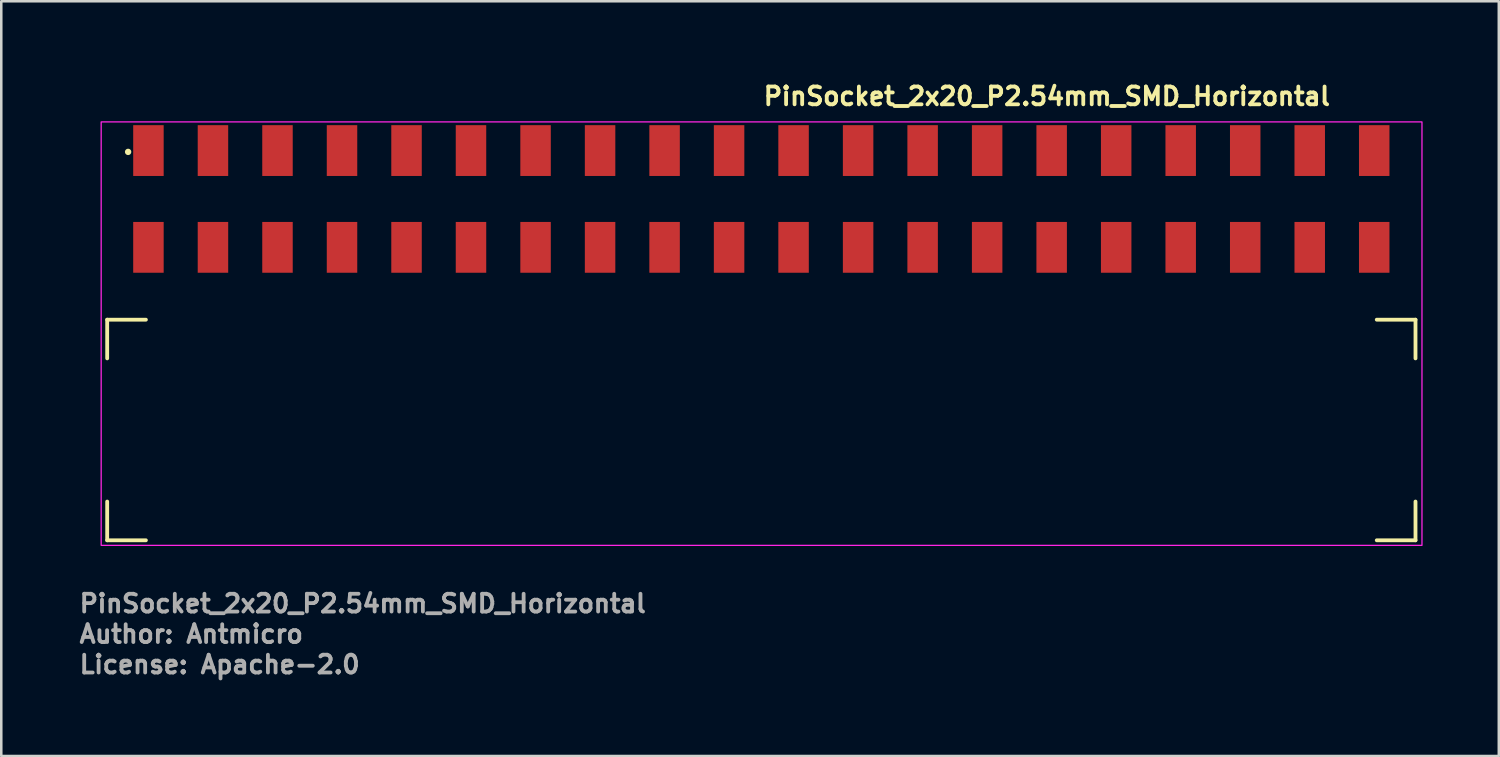
<source format=kicad_pcb>
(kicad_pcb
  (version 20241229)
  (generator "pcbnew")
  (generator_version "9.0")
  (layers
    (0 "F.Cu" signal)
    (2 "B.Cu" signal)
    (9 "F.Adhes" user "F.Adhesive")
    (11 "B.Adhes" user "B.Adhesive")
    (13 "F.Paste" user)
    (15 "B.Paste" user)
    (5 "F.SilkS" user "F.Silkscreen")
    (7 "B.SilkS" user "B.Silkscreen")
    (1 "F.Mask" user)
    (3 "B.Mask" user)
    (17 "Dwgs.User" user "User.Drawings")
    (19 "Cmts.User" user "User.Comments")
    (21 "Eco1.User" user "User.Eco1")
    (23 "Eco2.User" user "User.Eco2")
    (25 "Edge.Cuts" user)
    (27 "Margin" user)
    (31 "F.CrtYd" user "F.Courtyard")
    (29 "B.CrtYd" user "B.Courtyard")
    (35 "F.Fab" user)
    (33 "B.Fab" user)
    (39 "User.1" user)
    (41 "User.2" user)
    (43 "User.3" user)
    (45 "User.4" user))
  (footprint "PinSocket_2x20_P2.54mm_SMD_Horizontal"
    (layer "F.Cu")
    (at 26.933 10.25)
    (property "Reference" "PinSocket_2x20_P2.54mm_SMD_Horizontal" (at 0 -9.1 180) (layer "F.SilkS") (effects (font (size 0.7 0.7) (thickness 0.15)) (justify left bottom)))
    (attr smd)
    (fp_line (start -25.763 -0.714) (end -25.763 0.809) (stroke (width 0.15) (type solid)) (layer "F.SilkS"))
    (fp_line (start -25.763 -0.714) (end -24.239 -0.714) (stroke (width 0.15) (type solid)) (layer "F.SilkS"))
    (fp_line (start -25.763 7.971) (end -25.763 6.446) (stroke (width 0.15) (type solid)) (layer "F.SilkS"))
    (fp_line (start -25.763 7.971) (end -24.239 7.971) (stroke (width 0.15) (type solid)) (layer "F.SilkS"))
    (fp_line (start 25.745 -0.714) (end 24.22 -0.714) (stroke (width 0.15) (type solid)) (layer "F.SilkS"))
    (fp_line (start 25.745 -0.714) (end 25.745 0.809) (stroke (width 0.15) (type solid)) (layer "F.SilkS"))
    (fp_line (start 25.745 7.971) (end 24.22 7.971) (stroke (width 0.15) (type solid)) (layer "F.SilkS"))
    (fp_line (start 25.745 7.971) (end 25.745 6.446) (stroke (width 0.15) (type solid)) (layer "F.SilkS"))
    (fp_circle (center -24.939 -7.32) (end -24.888 -7.32) (stroke (width 0.15) (type solid)) (fill yes) (layer "F.SilkS"))
    (fp_rect (start -26 -8.5) (end 26 8.17) (stroke (width 0.05) (type solid)) (fill no) (layer "F.CrtYd"))
    (fp_rect (start -25.652 -7.873) (end 25.654 7.874) (stroke (width 0.1) (type solid)) (fill no) (layer "User.5"))
    (fp_line (start -25.652 7.874) (end -25.652 -0.634) (stroke (width 0.02) (type solid)) (layer "User.9"))
    (fp_line (start -25.081 -0.634) (end -25.652 -0.634) (stroke (width 0.02) (type solid)) (layer "User.9"))
    (fp_line (start -25.081 -0.128) (end -25.081 -0.634) (stroke (width 0.02) (type solid)) (layer "User.9"))
    (fp_line (start -24.521 -7.873) (end -24.521 -7.293) (stroke (width 0.02) (type solid)) (layer "User.9"))
    (fp_line (start -24.521 -7.196) (end -24.521 -7.293) (stroke (width 0.02) (type solid)) (layer "User.9"))
    (fp_line (start -24.521 -7.196) (end -24.521 -4.33) (stroke (width 0.02) (type solid)) (layer "User.9"))
    (fp_line (start -24.521 -4.33) (end -24.521 -4.135) (stroke (width 0.02) (type solid)) (layer "User.9"))
    (fp_line (start -24.521 -4.135) (end -24.521 -0.128) (stroke (width 0.02) (type solid)) (layer "User.9"))
    (fp_line (start -23.736 -7.873) (end -24.521 -7.873) (stroke (width 0.02) (type solid)) (layer "User.9"))
    (fp_line (start -23.736 -7.873) (end -23.736 -7.293) (stroke (width 0.02) (type solid)) (layer "User.9"))
    (fp_line (start -23.736 -7.196) (end -23.736 -7.293) (stroke (width 0.02) (type solid)) (layer "User.9"))
    (fp_line (start -23.736 -7.196) (end -23.736 -4.33) (stroke (width 0.02) (type solid)) (layer "User.9"))
    (fp_line (start -23.736 -4.33) (end -23.736 -4.135) (stroke (width 0.02) (type solid)) (layer "User.9"))
    (fp_line (start -23.736 -4.135) (end -23.736 -0.128) (stroke (width 0.02) (type solid)) (layer "User.9"))
    (fp_line (start -23.736 -1.839) (end -23.736 -0.128) (stroke (width 0.02) (type solid)) (layer "User.9"))
    (fp_line (start -23.177 -0.634) (end -23.177 -0.128) (stroke (width 0.02) (type solid)) (layer "User.9"))
    (fp_line (start -23.177 -0.128) (end -25.081 -0.128) (stroke (width 0.02) (type solid)) (layer "User.9"))
    (fp_line (start -22.541 -0.634) (end -23.177 -0.634) (stroke (width 0.02) (type solid)) (layer "User.9"))
    (fp_line (start -22.541 -0.128) (end -22.541 -0.634) (stroke (width 0.02) (type solid)) (layer "User.9"))
    (fp_line (start -21.983 -7.293) (end -21.983 -7.873) (stroke (width 0.02) (type solid)) (layer "User.9"))
    (fp_line (start -21.983 -7.293) (end -21.983 -7.196) (stroke (width 0.02) (type solid)) (layer "User.9"))
    (fp_line (start -21.983 -4.33) (end -21.983 -7.196) (stroke (width 0.02) (type solid)) (layer "User.9"))
    (fp_line (start -21.983 -4.135) (end -21.983 -4.33) (stroke (width 0.02) (type solid)) (layer "User.9"))
    (fp_line (start -21.983 -0.128) (end -21.983 -4.135) (stroke (width 0.02) (type solid)) (layer "User.9"))
    (fp_line (start -21.983 -0.128) (end -21.983 -1.839) (stroke (width 0.02) (type solid)) (layer "User.9"))
    (fp_line (start -21.195 -7.873) (end -21.983 -7.873) (stroke (width 0.02) (type solid)) (layer "User.9"))
    (fp_line (start -21.195 -7.873) (end -21.195 -7.293) (stroke (width 0.02) (type solid)) (layer "User.9"))
    (fp_line (start -21.195 -7.196) (end -21.195 -7.293) (stroke (width 0.02) (type solid)) (layer "User.9"))
    (fp_line (start -21.195 -7.196) (end -21.195 -4.33) (stroke (width 0.02) (type solid)) (layer "User.9"))
    (fp_line (start -21.195 -4.33) (end -21.195 -4.135) (stroke (width 0.02) (type solid)) (layer "User.9"))
    (fp_line (start -21.195 -4.135) (end -21.195 -0.128) (stroke (width 0.02) (type solid)) (layer "User.9"))
    (fp_line (start -21.195 -1.839) (end -21.195 -0.128) (stroke (width 0.02) (type solid)) (layer "User.9"))
    (fp_line (start -20.637 -0.634) (end -20.637 -0.128) (stroke (width 0.02) (type solid)) (layer "User.9"))
    (fp_line (start -20.637 -0.128) (end -22.541 -0.128) (stroke (width 0.02) (type solid)) (layer "User.9"))
    (fp_line (start -20.002 -0.634) (end -20.637 -0.634) (stroke (width 0.02) (type solid)) (layer "User.9"))
    (fp_line (start -20.002 -0.128) (end -20.002 -0.634) (stroke (width 0.02) (type solid)) (layer "User.9"))
    (fp_line (start -19.442 -7.293) (end -19.442 -7.873) (stroke (width 0.02) (type solid)) (layer "User.9"))
    (fp_line (start -19.442 -7.293) (end -19.442 -7.196) (stroke (width 0.02) (type solid)) (layer "User.9"))
    (fp_line (start -19.442 -4.33) (end -19.442 -7.196) (stroke (width 0.02) (type solid)) (layer "User.9"))
    (fp_line (start -19.442 -4.135) (end -19.442 -4.33) (stroke (width 0.02) (type solid)) (layer "User.9"))
    (fp_line (start -19.442 -0.128) (end -19.442 -4.135) (stroke (width 0.02) (type solid)) (layer "User.9"))
    (fp_line (start -19.442 -0.128) (end -19.442 -1.839) (stroke (width 0.02) (type solid)) (layer "User.9"))
    (fp_line (start -18.656 -7.873) (end -19.442 -7.873) (stroke (width 0.02) (type solid)) (layer "User.9"))
    (fp_line (start -18.656 -7.873) (end -18.656 -7.293) (stroke (width 0.02) (type solid)) (layer "User.9"))
    (fp_line (start -18.656 -7.196) (end -18.656 -7.293) (stroke (width 0.02) (type solid)) (layer "User.9"))
    (fp_line (start -18.656 -7.196) (end -18.656 -4.33) (stroke (width 0.02) (type solid)) (layer "User.9"))
    (fp_line (start -18.656 -4.33) (end -18.656 -4.135) (stroke (width 0.02) (type solid)) (layer "User.9"))
    (fp_line (start -18.656 -4.135) (end -18.656 -0.128) (stroke (width 0.02) (type solid)) (layer "User.9"))
    (fp_line (start -18.656 -1.839) (end -18.656 -0.128) (stroke (width 0.02) (type solid)) (layer "User.9"))
    (fp_line (start -18.097 -0.634) (end -18.097 -0.128) (stroke (width 0.02) (type solid)) (layer "User.9"))
    (fp_line (start -18.097 -0.128) (end -20.002 -0.128) (stroke (width 0.02) (type solid)) (layer "User.9"))
    (fp_line (start -17.462 -0.634) (end -18.097 -0.634) (stroke (width 0.02) (type solid)) (layer "User.9"))
    (fp_line (start -17.462 -0.128) (end -17.462 -0.634) (stroke (width 0.02) (type solid)) (layer "User.9"))
    (fp_line (start -16.903 -7.293) (end -16.903 -7.873) (stroke (width 0.02) (type solid)) (layer "User.9"))
    (fp_line (start -16.903 -7.293) (end -16.903 -7.196) (stroke (width 0.02) (type solid)) (layer "User.9"))
    (fp_line (start -16.903 -4.33) (end -16.903 -7.196) (stroke (width 0.02) (type solid)) (layer "User.9"))
    (fp_line (start -16.903 -4.135) (end -16.903 -4.33) (stroke (width 0.02) (type solid)) (layer "User.9"))
    (fp_line (start -16.903 -0.128) (end -16.903 -4.135) (stroke (width 0.02) (type solid)) (layer "User.9"))
    (fp_line (start -16.903 -0.128) (end -16.903 -1.839) (stroke (width 0.02) (type solid)) (layer "User.9"))
    (fp_line (start -16.116 -7.873) (end -16.903 -7.873) (stroke (width 0.02) (type solid)) (layer "User.9"))
    (fp_line (start -16.116 -7.873) (end -16.116 -7.293) (stroke (width 0.02) (type solid)) (layer "User.9"))
    (fp_line (start -16.116 -7.196) (end -16.116 -7.293) (stroke (width 0.02) (type solid)) (layer "User.9"))
    (fp_line (start -16.116 -7.196) (end -16.116 -4.33) (stroke (width 0.02) (type solid)) (layer "User.9"))
    (fp_line (start -16.116 -4.33) (end -16.116 -4.135) (stroke (width 0.02) (type solid)) (layer "User.9"))
    (fp_line (start -16.116 -4.135) (end -16.116 -0.128) (stroke (width 0.02) (type solid)) (layer "User.9"))
    (fp_line (start -16.116 -1.839) (end -16.116 -0.128) (stroke (width 0.02) (type solid)) (layer "User.9"))
    (fp_line (start -15.556 -0.634) (end -15.556 -0.128) (stroke (width 0.02) (type solid)) (layer "User.9"))
    (fp_line (start -15.556 -0.128) (end -17.462 -0.128) (stroke (width 0.02) (type solid)) (layer "User.9"))
    (fp_line (start -14.921 -0.634) (end -15.556 -0.634) (stroke (width 0.02) (type solid)) (layer "User.9"))
    (fp_line (start -14.921 -0.128) (end -14.921 -0.634) (stroke (width 0.02) (type solid)) (layer "User.9"))
    (fp_line (start -14.363 -7.293) (end -14.363 -7.873) (stroke (width 0.02) (type solid)) (layer "User.9"))
    (fp_line (start -14.363 -7.293) (end -14.363 -7.196) (stroke (width 0.02) (type solid)) (layer "User.9"))
    (fp_line (start -14.363 -4.33) (end -14.363 -7.196) (stroke (width 0.02) (type solid)) (layer "User.9"))
    (fp_line (start -14.363 -4.135) (end -14.363 -4.33) (stroke (width 0.02) (type solid)) (layer "User.9"))
    (fp_line (start -14.363 -0.128) (end -14.363 -4.135) (stroke (width 0.02) (type solid)) (layer "User.9"))
    (fp_line (start -14.363 -0.128) (end -14.363 -1.839) (stroke (width 0.02) (type solid)) (layer "User.9"))
    (fp_line (start -13.575 -7.873) (end -14.363 -7.873) (stroke (width 0.02) (type solid)) (layer "User.9"))
    (fp_line (start -13.575 -7.873) (end -13.575 -7.293) (stroke (width 0.02) (type solid)) (layer "User.9"))
    (fp_line (start -13.575 -7.196) (end -13.575 -7.293) (stroke (width 0.02) (type solid)) (layer "User.9"))
    (fp_line (start -13.575 -7.196) (end -13.575 -4.33) (stroke (width 0.02) (type solid)) (layer "User.9"))
    (fp_line (start -13.575 -4.33) (end -13.575 -4.135) (stroke (width 0.02) (type solid)) (layer "User.9"))
    (fp_line (start -13.575 -4.135) (end -13.575 -0.128) (stroke (width 0.02) (type solid)) (layer "User.9"))
    (fp_line (start -13.575 -1.839) (end -13.575 -0.128) (stroke (width 0.02) (type solid)) (layer "User.9"))
    (fp_line (start -13.017 -0.634) (end -13.017 -0.128) (stroke (width 0.02) (type solid)) (layer "User.9"))
    (fp_line (start -13.017 -0.128) (end -14.921 -0.128) (stroke (width 0.02) (type solid)) (layer "User.9"))
    (fp_line (start -12.382 -0.634) (end -13.017 -0.634) (stroke (width 0.02) (type solid)) (layer "User.9"))
    (fp_line (start -12.382 -0.128) (end -12.382 -0.634) (stroke (width 0.02) (type solid)) (layer "User.9"))
    (fp_line (start -11.822 -7.293) (end -11.822 -7.873) (stroke (width 0.02) (type solid)) (layer "User.9"))
    (fp_line (start -11.822 -7.293) (end -11.822 -7.196) (stroke (width 0.02) (type solid)) (layer "User.9"))
    (fp_line (start -11.822 -4.33) (end -11.822 -7.196) (stroke (width 0.02) (type solid)) (layer "User.9"))
    (fp_line (start -11.822 -4.135) (end -11.822 -4.33) (stroke (width 0.02) (type solid)) (layer "User.9"))
    (fp_line (start -11.822 -0.128) (end -11.822 -4.135) (stroke (width 0.02) (type solid)) (layer "User.9"))
    (fp_line (start -11.822 -0.128) (end -11.822 -1.839) (stroke (width 0.02) (type solid)) (layer "User.9"))
    (fp_line (start -11.036 -7.873) (end -11.822 -7.873) (stroke (width 0.02) (type solid)) (layer "User.9"))
    (fp_line (start -11.036 -7.873) (end -11.036 -7.293) (stroke (width 0.02) (type solid)) (layer "User.9"))
    (fp_line (start -11.036 -7.196) (end -11.036 -7.293) (stroke (width 0.02) (type solid)) (layer "User.9"))
    (fp_line (start -11.036 -7.196) (end -11.036 -4.33) (stroke (width 0.02) (type solid)) (layer "User.9"))
    (fp_line (start -11.036 -4.33) (end -11.036 -4.135) (stroke (width 0.02) (type solid)) (layer "User.9"))
    (fp_line (start -11.036 -4.135) (end -11.036 -0.128) (stroke (width 0.02) (type solid)) (layer "User.9"))
    (fp_line (start -11.036 -1.839) (end -11.036 -0.128) (stroke (width 0.02) (type solid)) (layer "User.9"))
    (fp_line (start -10.476 -0.634) (end -10.476 -0.128) (stroke (width 0.02) (type solid)) (layer "User.9"))
    (fp_line (start -10.476 -0.128) (end -12.382 -0.128) (stroke (width 0.02) (type solid)) (layer "User.9"))
    (fp_line (start -9.841 -0.634) (end -10.476 -0.634) (stroke (width 0.02) (type solid)) (layer "User.9"))
    (fp_line (start -9.841 -0.128) (end -9.841 -0.634) (stroke (width 0.02) (type solid)) (layer "User.9"))
    (fp_line (start -9.283 -7.293) (end -9.283 -7.873) (stroke (width 0.02) (type solid)) (layer "User.9"))
    (fp_line (start -9.283 -7.293) (end -9.283 -7.196) (stroke (width 0.02) (type solid)) (layer "User.9"))
    (fp_line (start -9.283 -4.33) (end -9.283 -7.196) (stroke (width 0.02) (type solid)) (layer "User.9"))
    (fp_line (start -9.283 -4.135) (end -9.283 -4.33) (stroke (width 0.02) (type solid)) (layer "User.9"))
    (fp_line (start -9.283 -0.128) (end -9.283 -4.135) (stroke (width 0.02) (type solid)) (layer "User.9"))
    (fp_line (start -9.283 -0.128) (end -9.283 -1.839) (stroke (width 0.02) (type solid)) (layer "User.9"))
    (fp_line (start -8.495 -7.873) (end -9.283 -7.873) (stroke (width 0.02) (type solid)) (layer "User.9"))
    (fp_line (start -8.495 -7.873) (end -8.495 -7.293) (stroke (width 0.02) (type solid)) (layer "User.9"))
    (fp_line (start -8.495 -7.196) (end -8.495 -7.293) (stroke (width 0.02) (type solid)) (layer "User.9"))
    (fp_line (start -8.495 -7.196) (end -8.495 -4.33) (stroke (width 0.02) (type solid)) (layer "User.9"))
    (fp_line (start -8.495 -4.33) (end -8.495 -4.135) (stroke (width 0.02) (type solid)) (layer "User.9"))
    (fp_line (start -8.495 -4.135) (end -8.495 -0.128) (stroke (width 0.02) (type solid)) (layer "User.9"))
    (fp_line (start -8.495 -1.839) (end -8.495 -0.128) (stroke (width 0.02) (type solid)) (layer "User.9"))
    (fp_line (start -7.936 -0.634) (end -7.936 -0.128) (stroke (width 0.02) (type solid)) (layer "User.9"))
    (fp_line (start -7.936 -0.128) (end -9.841 -0.128) (stroke (width 0.02) (type solid)) (layer "User.9"))
    (fp_line (start -7.301 -0.634) (end -7.936 -0.634) (stroke (width 0.02) (type solid)) (layer "User.9"))
    (fp_line (start -7.301 -0.128) (end -7.301 -0.634) (stroke (width 0.02) (type solid)) (layer "User.9"))
    (fp_line (start -6.742 -7.293) (end -6.742 -7.873) (stroke (width 0.02) (type solid)) (layer "User.9"))
    (fp_line (start -6.742 -7.293) (end -6.742 -7.196) (stroke (width 0.02) (type solid)) (layer "User.9"))
    (fp_line (start -6.742 -4.33) (end -6.742 -7.196) (stroke (width 0.02) (type solid)) (layer "User.9"))
    (fp_line (start -6.742 -4.135) (end -6.742 -4.33) (stroke (width 0.02) (type solid)) (layer "User.9"))
    (fp_line (start -6.742 -0.128) (end -6.742 -4.135) (stroke (width 0.02) (type solid)) (layer "User.9"))
    (fp_line (start -6.742 -0.128) (end -6.742 -1.839) (stroke (width 0.02) (type solid)) (layer "User.9"))
    (fp_line (start -5.955 -7.873) (end -6.742 -7.873) (stroke (width 0.02) (type solid)) (layer "User.9"))
    (fp_line (start -5.955 -7.873) (end -5.955 -7.293) (stroke (width 0.02) (type solid)) (layer "User.9"))
    (fp_line (start -5.955 -7.196) (end -5.955 -7.293) (stroke (width 0.02) (type solid)) (layer "User.9"))
    (fp_line (start -5.955 -7.196) (end -5.955 -4.33) (stroke (width 0.02) (type solid)) (layer "User.9"))
    (fp_line (start -5.955 -4.33) (end -5.955 -4.135) (stroke (width 0.02) (type solid)) (layer "User.9"))
    (fp_line (start -5.955 -4.135) (end -5.955 -0.128) (stroke (width 0.02) (type solid)) (layer "User.9"))
    (fp_line (start -5.955 -1.839) (end -5.955 -0.128) (stroke (width 0.02) (type solid)) (layer "User.9"))
    (fp_line (start -5.396 -0.634) (end -5.396 -0.128) (stroke (width 0.02) (type solid)) (layer "User.9"))
    (fp_line (start -5.396 -0.128) (end -7.301 -0.128) (stroke (width 0.02) (type solid)) (layer "User.9"))
    (fp_line (start -4.762 -0.634) (end -5.396 -0.634) (stroke (width 0.02) (type solid)) (layer "User.9"))
    (fp_line (start -4.762 -0.128) (end -4.762 -0.634) (stroke (width 0.02) (type solid)) (layer "User.9"))
    (fp_line (start -4.202 -7.293) (end -4.202 -7.873) (stroke (width 0.02) (type solid)) (layer "User.9"))
    (fp_line (start -4.202 -7.293) (end -4.202 -7.196) (stroke (width 0.02) (type solid)) (layer "User.9"))
    (fp_line (start -4.202 -4.33) (end -4.202 -7.196) (stroke (width 0.02) (type solid)) (layer "User.9"))
    (fp_line (start -4.202 -4.135) (end -4.202 -4.33) (stroke (width 0.02) (type solid)) (layer "User.9"))
    (fp_line (start -4.202 -0.128) (end -4.202 -4.135) (stroke (width 0.02) (type solid)) (layer "User.9"))
    (fp_line (start -4.202 -0.128) (end -4.202 -1.839) (stroke (width 0.02) (type solid)) (layer "User.9"))
    (fp_line (start -3.416 -7.873) (end -4.202 -7.873) (stroke (width 0.02) (type solid)) (layer "User.9"))
    (fp_line (start -3.416 -7.873) (end -3.416 -7.293) (stroke (width 0.02) (type solid)) (layer "User.9"))
    (fp_line (start -3.416 -7.196) (end -3.416 -7.293) (stroke (width 0.02) (type solid)) (layer "User.9"))
    (fp_line (start -3.416 -7.196) (end -3.416 -4.33) (stroke (width 0.02) (type solid)) (layer "User.9"))
    (fp_line (start -3.416 -4.33) (end -3.416 -4.135) (stroke (width 0.02) (type solid)) (layer "User.9"))
    (fp_line (start -3.416 -4.135) (end -3.416 -0.128) (stroke (width 0.02) (type solid)) (layer "User.9"))
    (fp_line (start -3.416 -1.839) (end -3.416 -0.128) (stroke (width 0.02) (type solid)) (layer "User.9"))
    (fp_line (start -2.856 -0.634) (end -2.856 -0.128) (stroke (width 0.02) (type solid)) (layer "User.9"))
    (fp_line (start -2.856 -0.128) (end -4.762 -0.128) (stroke (width 0.02) (type solid)) (layer "User.9"))
    (fp_line (start -2.221 -0.634) (end -2.856 -0.634) (stroke (width 0.02) (type solid)) (layer "User.9"))
    (fp_line (start -2.221 -0.128) (end -2.221 -0.634) (stroke (width 0.02) (type solid)) (layer "User.9"))
    (fp_line (start -1.663 -7.293) (end -1.663 -7.873) (stroke (width 0.02) (type solid)) (layer "User.9"))
    (fp_line (start -1.663 -7.293) (end -1.663 -7.196) (stroke (width 0.02) (type solid)) (layer "User.9"))
    (fp_line (start -1.663 -4.33) (end -1.663 -7.196) (stroke (width 0.02) (type solid)) (layer "User.9"))
    (fp_line (start -1.663 -4.135) (end -1.663 -4.33) (stroke (width 0.02) (type solid)) (layer "User.9"))
    (fp_line (start -1.663 -0.128) (end -1.663 -4.135) (stroke (width 0.02) (type solid)) (layer "User.9"))
    (fp_line (start -1.663 -0.128) (end -1.663 -1.839) (stroke (width 0.02) (type solid)) (layer "User.9"))
    (fp_line (start -0.875 -7.873) (end -1.663 -7.873) (stroke (width 0.02) (type solid)) (layer "User.9"))
    (fp_line (start -0.875 -7.873) (end -0.875 -7.293) (stroke (width 0.02) (type solid)) (layer "User.9"))
    (fp_line (start -0.875 -7.196) (end -0.875 -7.293) (stroke (width 0.02) (type solid)) (layer "User.9"))
    (fp_line (start -0.875 -7.196) (end -0.875 -4.33) (stroke (width 0.02) (type solid)) (layer "User.9"))
    (fp_line (start -0.875 -4.33) (end -0.875 -4.135) (stroke (width 0.02) (type solid)) (layer "User.9"))
    (fp_line (start -0.875 -4.135) (end -0.875 -0.128) (stroke (width 0.02) (type solid)) (layer "User.9"))
    (fp_line (start -0.875 -1.839) (end -0.875 -0.128) (stroke (width 0.02) (type solid)) (layer "User.9"))
    (fp_line (start -0.317 -0.634) (end -0.317 -0.128) (stroke (width 0.02) (type solid)) (layer "User.9"))
    (fp_line (start -0.317 -0.128) (end -2.221 -0.128) (stroke (width 0.02) (type solid)) (layer "User.9"))
    (fp_line (start 0.318 -0.634) (end -0.317 -0.634) (stroke (width 0.02) (type solid)) (layer "User.9"))
    (fp_line (start 0.318 -0.128) (end 0.318 -0.634) (stroke (width 0.02) (type solid)) (layer "User.9"))
    (fp_line (start 0.877 -7.293) (end 0.877 -7.873) (stroke (width 0.02) (type solid)) (layer "User.9"))
    (fp_line (start 0.877 -7.293) (end 0.877 -7.196) (stroke (width 0.02) (type solid)) (layer "User.9"))
    (fp_line (start 0.877 -4.33) (end 0.877 -7.196) (stroke (width 0.02) (type solid)) (layer "User.9"))
    (fp_line (start 0.877 -4.135) (end 0.877 -4.33) (stroke (width 0.02) (type solid)) (layer "User.9"))
    (fp_line (start 0.877 -0.128) (end 0.877 -4.135) (stroke (width 0.02) (type solid)) (layer "User.9"))
    (fp_line (start 0.877 -0.128) (end 0.877 -1.839) (stroke (width 0.02) (type solid)) (layer "User.9"))
    (fp_line (start 1.664 -7.873) (end 0.877 -7.873) (stroke (width 0.02) (type solid)) (layer "User.9"))
    (fp_line (start 1.664 -7.873) (end 1.664 -7.293) (stroke (width 0.02) (type solid)) (layer "User.9"))
    (fp_line (start 1.664 -7.196) (end 1.664 -7.293) (stroke (width 0.02) (type solid)) (layer "User.9"))
    (fp_line (start 1.664 -7.196) (end 1.664 -4.33) (stroke (width 0.02) (type solid)) (layer "User.9"))
    (fp_line (start 1.664 -4.33) (end 1.664 -4.135) (stroke (width 0.02) (type solid)) (layer "User.9"))
    (fp_line (start 1.664 -4.135) (end 1.664 -0.128) (stroke (width 0.02) (type solid)) (layer "User.9"))
    (fp_line (start 1.664 -1.839) (end 1.664 -0.128) (stroke (width 0.02) (type solid)) (layer "User.9"))
    (fp_line (start 2.223 -0.634) (end 2.223 -0.128) (stroke (width 0.02) (type solid)) (layer "User.9"))
    (fp_line (start 2.223 -0.128) (end 0.318 -0.128) (stroke (width 0.02) (type solid)) (layer "User.9"))
    (fp_line (start 2.858 -0.634) (end 2.223 -0.634) (stroke (width 0.02) (type solid)) (layer "User.9"))
    (fp_line (start 2.858 -0.128) (end 2.858 -0.634) (stroke (width 0.02) (type solid)) (layer "User.9"))
    (fp_line (start 3.417 -7.293) (end 3.417 -7.873) (stroke (width 0.02) (type solid)) (layer "User.9"))
    (fp_line (start 3.417 -7.293) (end 3.417 -7.196) (stroke (width 0.02) (type solid)) (layer "User.9"))
    (fp_line (start 3.417 -4.33) (end 3.417 -7.196) (stroke (width 0.02) (type solid)) (layer "User.9"))
    (fp_line (start 3.417 -4.135) (end 3.417 -4.33) (stroke (width 0.02) (type solid)) (layer "User.9"))
    (fp_line (start 3.417 -0.128) (end 3.417 -4.135) (stroke (width 0.02) (type solid)) (layer "User.9"))
    (fp_line (start 3.417 -0.128) (end 3.417 -1.839) (stroke (width 0.02) (type solid)) (layer "User.9"))
    (fp_line (start 4.204 -7.873) (end 3.417 -7.873) (stroke (width 0.02) (type solid)) (layer "User.9"))
    (fp_line (start 4.204 -7.873) (end 4.204 -7.293) (stroke (width 0.02) (type solid)) (layer "User.9"))
    (fp_line (start 4.204 -7.196) (end 4.204 -7.293) (stroke (width 0.02) (type solid)) (layer "User.9"))
    (fp_line (start 4.204 -7.196) (end 4.204 -4.33) (stroke (width 0.02) (type solid)) (layer "User.9"))
    (fp_line (start 4.204 -4.33) (end 4.204 -4.135) (stroke (width 0.02) (type solid)) (layer "User.9"))
    (fp_line (start 4.204 -4.135) (end 4.204 -0.128) (stroke (width 0.02) (type solid)) (layer "User.9"))
    (fp_line (start 4.204 -1.839) (end 4.204 -0.128) (stroke (width 0.02) (type solid)) (layer "User.9"))
    (fp_line (start 4.763 -0.634) (end 4.763 -0.128) (stroke (width 0.02) (type solid)) (layer "User.9"))
    (fp_line (start 4.763 -0.128) (end 2.858 -0.128) (stroke (width 0.02) (type solid)) (layer "User.9"))
    (fp_line (start 5.398 -0.634) (end 4.763 -0.634) (stroke (width 0.02) (type solid)) (layer "User.9"))
    (fp_line (start 5.398 -0.128) (end 5.398 -0.634) (stroke (width 0.02) (type solid)) (layer "User.9"))
    (fp_line (start 5.957 -7.293) (end 5.957 -7.873) (stroke (width 0.02) (type solid)) (layer "User.9"))
    (fp_line (start 5.957 -7.293) (end 5.957 -7.196) (stroke (width 0.02) (type solid)) (layer "User.9"))
    (fp_line (start 5.957 -4.33) (end 5.957 -7.196) (stroke (width 0.02) (type solid)) (layer "User.9"))
    (fp_line (start 5.957 -4.135) (end 5.957 -4.33) (stroke (width 0.02) (type solid)) (layer "User.9"))
    (fp_line (start 5.957 -0.128) (end 5.957 -4.135) (stroke (width 0.02) (type solid)) (layer "User.9"))
    (fp_line (start 5.957 -0.128) (end 5.957 -1.839) (stroke (width 0.02) (type solid)) (layer "User.9"))
    (fp_line (start 6.744 -7.873) (end 5.957 -7.873) (stroke (width 0.02) (type solid)) (layer "User.9"))
    (fp_line (start 6.744 -7.873) (end 6.744 -7.293) (stroke (width 0.02) (type solid)) (layer "User.9"))
    (fp_line (start 6.744 -7.196) (end 6.744 -7.293) (stroke (width 0.02) (type solid)) (layer "User.9"))
    (fp_line (start 6.744 -7.196) (end 6.744 -4.33) (stroke (width 0.02) (type solid)) (layer "User.9"))
    (fp_line (start 6.744 -4.33) (end 6.744 -4.135) (stroke (width 0.02) (type solid)) (layer "User.9"))
    (fp_line (start 6.744 -4.135) (end 6.744 -0.128) (stroke (width 0.02) (type solid)) (layer "User.9"))
    (fp_line (start 6.744 -1.839) (end 6.744 -0.128) (stroke (width 0.02) (type solid)) (layer "User.9"))
    (fp_line (start 7.303 -0.634) (end 7.303 -0.128) (stroke (width 0.02) (type solid)) (layer "User.9"))
    (fp_line (start 7.303 -0.128) (end 5.398 -0.128) (stroke (width 0.02) (type solid)) (layer "User.9"))
    (fp_line (start 7.937 -0.634) (end 7.303 -0.634) (stroke (width 0.02) (type solid)) (layer "User.9"))
    (fp_line (start 7.937 -0.128) (end 7.937 -0.634) (stroke (width 0.02) (type solid)) (layer "User.9"))
    (fp_line (start 8.497 -7.293) (end 8.497 -7.873) (stroke (width 0.02) (type solid)) (layer "User.9"))
    (fp_line (start 8.497 -7.293) (end 8.497 -7.196) (stroke (width 0.02) (type solid)) (layer "User.9"))
    (fp_line (start 8.497 -4.33) (end 8.497 -7.196) (stroke (width 0.02) (type solid)) (layer "User.9"))
    (fp_line (start 8.497 -4.135) (end 8.497 -4.33) (stroke (width 0.02) (type solid)) (layer "User.9"))
    (fp_line (start 8.497 -0.128) (end 8.497 -4.135) (stroke (width 0.02) (type solid)) (layer "User.9"))
    (fp_line (start 8.497 -0.128) (end 8.497 -1.839) (stroke (width 0.02) (type solid)) (layer "User.9"))
    (fp_line (start 9.284 -7.873) (end 8.497 -7.873) (stroke (width 0.02) (type solid)) (layer "User.9"))
    (fp_line (start 9.284 -7.873) (end 9.284 -7.293) (stroke (width 0.02) (type solid)) (layer "User.9"))
    (fp_line (start 9.284 -7.196) (end 9.284 -7.293) (stroke (width 0.02) (type solid)) (layer "User.9"))
    (fp_line (start 9.284 -7.196) (end 9.284 -4.33) (stroke (width 0.02) (type solid)) (layer "User.9"))
    (fp_line (start 9.284 -4.33) (end 9.284 -4.135) (stroke (width 0.02) (type solid)) (layer "User.9"))
    (fp_line (start 9.284 -4.135) (end 9.284 -0.128) (stroke (width 0.02) (type solid)) (layer "User.9"))
    (fp_line (start 9.284 -1.839) (end 9.284 -0.128) (stroke (width 0.02) (type solid)) (layer "User.9"))
    (fp_line (start 9.843 -0.634) (end 9.843 -0.128) (stroke (width 0.02) (type solid)) (layer "User.9"))
    (fp_line (start 9.843 -0.128) (end 7.937 -0.128) (stroke (width 0.02) (type solid)) (layer "User.9"))
    (fp_line (start 10.477 -0.634) (end 9.843 -0.634) (stroke (width 0.02) (type solid)) (layer "User.9"))
    (fp_line (start 10.477 -0.128) (end 10.477 -0.634) (stroke (width 0.02) (type solid)) (layer "User.9"))
    (fp_line (start 11.037 -7.293) (end 11.037 -7.873) (stroke (width 0.02) (type solid)) (layer "User.9"))
    (fp_line (start 11.037 -7.293) (end 11.037 -7.196) (stroke (width 0.02) (type solid)) (layer "User.9"))
    (fp_line (start 11.037 -4.33) (end 11.037 -7.196) (stroke (width 0.02) (type solid)) (layer "User.9"))
    (fp_line (start 11.037 -4.135) (end 11.037 -4.33) (stroke (width 0.02) (type solid)) (layer "User.9"))
    (fp_line (start 11.037 -0.128) (end 11.037 -4.135) (stroke (width 0.02) (type solid)) (layer "User.9"))
    (fp_line (start 11.037 -0.128) (end 11.037 -1.839) (stroke (width 0.02) (type solid)) (layer "User.9"))
    (fp_line (start 11.824 -7.873) (end 11.037 -7.873) (stroke (width 0.02) (type solid)) (layer "User.9"))
    (fp_line (start 11.824 -7.873) (end 11.824 -7.293) (stroke (width 0.02) (type solid)) (layer "User.9"))
    (fp_line (start 11.824 -7.196) (end 11.824 -7.293) (stroke (width 0.02) (type solid)) (layer "User.9"))
    (fp_line (start 11.824 -7.196) (end 11.824 -4.33) (stroke (width 0.02) (type solid)) (layer "User.9"))
    (fp_line (start 11.824 -4.33) (end 11.824 -4.135) (stroke (width 0.02) (type solid)) (layer "User.9"))
    (fp_line (start 11.824 -4.135) (end 11.824 -0.128) (stroke (width 0.02) (type solid)) (layer "User.9"))
    (fp_line (start 11.824 -1.839) (end 11.824 -0.128) (stroke (width 0.02) (type solid)) (layer "User.9"))
    (fp_line (start 12.382 -0.634) (end 12.382 -0.128) (stroke (width 0.02) (type solid)) (layer "User.9"))
    (fp_line (start 12.382 -0.128) (end 10.477 -0.128) (stroke (width 0.02) (type solid)) (layer "User.9"))
    (fp_line (start 13.018 -0.634) (end 12.382 -0.634) (stroke (width 0.02) (type solid)) (layer "User.9"))
    (fp_line (start 13.018 -0.128) (end 13.018 -0.634) (stroke (width 0.02) (type solid)) (layer "User.9"))
    (fp_line (start 13.577 -7.293) (end 13.577 -7.873) (stroke (width 0.02) (type solid)) (layer "User.9"))
    (fp_line (start 13.577 -7.293) (end 13.577 -7.196) (stroke (width 0.02) (type solid)) (layer "User.9"))
    (fp_line (start 13.577 -4.33) (end 13.577 -7.196) (stroke (width 0.02) (type solid)) (layer "User.9"))
    (fp_line (start 13.577 -4.135) (end 13.577 -4.33) (stroke (width 0.02) (type solid)) (layer "User.9"))
    (fp_line (start 13.577 -0.128) (end 13.577 -4.135) (stroke (width 0.02) (type solid)) (layer "User.9"))
    (fp_line (start 13.577 -0.128) (end 13.577 -1.839) (stroke (width 0.02) (type solid)) (layer "User.9"))
    (fp_line (start 14.364 -7.873) (end 13.577 -7.873) (stroke (width 0.02) (type solid)) (layer "User.9"))
    (fp_line (start 14.364 -7.873) (end 14.364 -7.293) (stroke (width 0.02) (type solid)) (layer "User.9"))
    (fp_line (start 14.364 -7.196) (end 14.364 -7.293) (stroke (width 0.02) (type solid)) (layer "User.9"))
    (fp_line (start 14.364 -7.196) (end 14.364 -4.33) (stroke (width 0.02) (type solid)) (layer "User.9"))
    (fp_line (start 14.364 -4.33) (end 14.364 -4.135) (stroke (width 0.02) (type solid)) (layer "User.9"))
    (fp_line (start 14.364 -4.135) (end 14.364 -0.128) (stroke (width 0.02) (type solid)) (layer "User.9"))
    (fp_line (start 14.364 -1.839) (end 14.364 -0.128) (stroke (width 0.02) (type solid)) (layer "User.9"))
    (fp_line (start 14.922 -0.634) (end 14.922 -0.128) (stroke (width 0.02) (type solid)) (layer "User.9"))
    (fp_line (start 14.922 -0.128) (end 13.018 -0.128) (stroke (width 0.02) (type solid)) (layer "User.9"))
    (fp_line (start 15.558 -0.634) (end 14.922 -0.634) (stroke (width 0.02) (type solid)) (layer "User.9"))
    (fp_line (start 15.558 -0.128) (end 15.558 -0.634) (stroke (width 0.02) (type solid)) (layer "User.9"))
    (fp_line (start 16.117 -7.293) (end 16.117 -7.873) (stroke (width 0.02) (type solid)) (layer "User.9"))
    (fp_line (start 16.117 -7.293) (end 16.117 -7.196) (stroke (width 0.02) (type solid)) (layer "User.9"))
    (fp_line (start 16.117 -4.33) (end 16.117 -7.196) (stroke (width 0.02) (type solid)) (layer "User.9"))
    (fp_line (start 16.117 -4.135) (end 16.117 -4.33) (stroke (width 0.02) (type solid)) (layer "User.9"))
    (fp_line (start 16.117 -0.128) (end 16.117 -4.135) (stroke (width 0.02) (type solid)) (layer "User.9"))
    (fp_line (start 16.117 -0.128) (end 16.117 -1.839) (stroke (width 0.02) (type solid)) (layer "User.9"))
    (fp_line (start 16.904 -7.873) (end 16.117 -7.873) (stroke (width 0.02) (type solid)) (layer "User.9"))
    (fp_line (start 16.904 -7.873) (end 16.904 -7.293) (stroke (width 0.02) (type solid)) (layer "User.9"))
    (fp_line (start 16.904 -7.196) (end 16.904 -7.293) (stroke (width 0.02) (type solid)) (layer "User.9"))
    (fp_line (start 16.904 -7.196) (end 16.904 -4.33) (stroke (width 0.02) (type solid)) (layer "User.9"))
    (fp_line (start 16.904 -4.33) (end 16.904 -4.135) (stroke (width 0.02) (type solid)) (layer "User.9"))
    (fp_line (start 16.904 -4.135) (end 16.904 -0.128) (stroke (width 0.02) (type solid)) (layer "User.9"))
    (fp_line (start 16.904 -1.839) (end 16.904 -0.128) (stroke (width 0.02) (type solid)) (layer "User.9"))
    (fp_line (start 17.463 -0.634) (end 17.463 -0.128) (stroke (width 0.02) (type solid)) (layer "User.9"))
    (fp_line (start 17.463 -0.128) (end 15.558 -0.128) (stroke (width 0.02) (type solid)) (layer "User.9"))
    (fp_line (start 18.098 -0.634) (end 17.463 -0.634) (stroke (width 0.02) (type solid)) (layer "User.9"))
    (fp_line (start 18.098 -0.128) (end 18.098 -0.634) (stroke (width 0.02) (type solid)) (layer "User.9"))
    (fp_line (start 18.657 -7.293) (end 18.657 -7.873) (stroke (width 0.02) (type solid)) (layer "User.9"))
    (fp_line (start 18.657 -7.293) (end 18.657 -7.196) (stroke (width 0.02) (type solid)) (layer "User.9"))
    (fp_line (start 18.657 -4.33) (end 18.657 -7.196) (stroke (width 0.02) (type solid)) (layer "User.9"))
    (fp_line (start 18.657 -4.135) (end 18.657 -4.33) (stroke (width 0.02) (type solid)) (layer "User.9"))
    (fp_line (start 18.657 -0.128) (end 18.657 -4.135) (stroke (width 0.02) (type solid)) (layer "User.9"))
    (fp_line (start 18.657 -0.128) (end 18.657 -1.839) (stroke (width 0.02) (type solid)) (layer "User.9"))
    (fp_line (start 19.444 -7.873) (end 18.657 -7.873) (stroke (width 0.02) (type solid)) (layer "User.9"))
    (fp_line (start 19.444 -7.873) (end 19.444 -7.293) (stroke (width 0.02) (type solid)) (layer "User.9"))
    (fp_line (start 19.444 -7.196) (end 19.444 -7.293) (stroke (width 0.02) (type solid)) (layer "User.9"))
    (fp_line (start 19.444 -7.196) (end 19.444 -4.33) (stroke (width 0.02) (type solid)) (layer "User.9"))
    (fp_line (start 19.444 -4.33) (end 19.444 -4.135) (stroke (width 0.02) (type solid)) (layer "User.9"))
    (fp_line (start 19.444 -4.135) (end 19.444 -0.128) (stroke (width 0.02) (type solid)) (layer "User.9"))
    (fp_line (start 19.444 -1.839) (end 19.444 -0.128) (stroke (width 0.02) (type solid)) (layer "User.9"))
    (fp_line (start 20.003 -0.634) (end 20.003 -0.128) (stroke (width 0.02) (type solid)) (layer "User.9"))
    (fp_line (start 20.003 -0.128) (end 18.098 -0.128) (stroke (width 0.02) (type solid)) (layer "User.9"))
    (fp_line (start 20.638 -0.634) (end 20.003 -0.634) (stroke (width 0.02) (type solid)) (layer "User.9"))
    (fp_line (start 20.638 -0.128) (end 20.638 -0.634) (stroke (width 0.02) (type solid)) (layer "User.9"))
    (fp_line (start 21.197 -7.293) (end 21.197 -7.873) (stroke (width 0.02) (type solid)) (layer "User.9"))
    (fp_line (start 21.197 -7.293) (end 21.197 -7.196) (stroke (width 0.02) (type solid)) (layer "User.9"))
    (fp_line (start 21.197 -4.33) (end 21.197 -7.196) (stroke (width 0.02) (type solid)) (layer "User.9"))
    (fp_line (start 21.197 -4.135) (end 21.197 -4.33) (stroke (width 0.02) (type solid)) (layer "User.9"))
    (fp_line (start 21.197 -0.128) (end 21.197 -4.135) (stroke (width 0.02) (type solid)) (layer "User.9"))
    (fp_line (start 21.197 -0.128) (end 21.197 -1.839) (stroke (width 0.02) (type solid)) (layer "User.9"))
    (fp_line (start 21.983 -7.873) (end 21.197 -7.873) (stroke (width 0.02) (type solid)) (layer "User.9"))
    (fp_line (start 21.983 -7.873) (end 21.983 -7.293) (stroke (width 0.02) (type solid)) (layer "User.9"))
    (fp_line (start 21.983 -7.196) (end 21.983 -7.293) (stroke (width 0.02) (type solid)) (layer "User.9"))
    (fp_line (start 21.983 -7.196) (end 21.983 -4.33) (stroke (width 0.02) (type solid)) (layer "User.9"))
    (fp_line (start 21.983 -4.33) (end 21.983 -4.135) (stroke (width 0.02) (type solid)) (layer "User.9"))
    (fp_line (start 21.983 -4.135) (end 21.983 -0.128) (stroke (width 0.02) (type solid)) (layer "User.9"))
    (fp_line (start 21.983 -1.839) (end 21.983 -0.128) (stroke (width 0.02) (type solid)) (layer "User.9"))
    (fp_line (start 22.543 -0.634) (end 22.543 -0.128) (stroke (width 0.02) (type solid)) (layer "User.9"))
    (fp_line (start 22.543 -0.128) (end 20.638 -0.128) (stroke (width 0.02) (type solid)) (layer "User.9"))
    (fp_line (start 23.178 -0.634) (end 22.543 -0.634) (stroke (width 0.02) (type solid)) (layer "User.9"))
    (fp_line (start 23.178 -0.128) (end 23.178 -0.634) (stroke (width 0.02) (type solid)) (layer "User.9"))
    (fp_line (start 23.736 -7.293) (end 23.736 -7.873) (stroke (width 0.02) (type solid)) (layer "User.9"))
    (fp_line (start 23.736 -7.293) (end 23.736 -7.196) (stroke (width 0.02) (type solid)) (layer "User.9"))
    (fp_line (start 23.736 -4.33) (end 23.736 -7.196) (stroke (width 0.02) (type solid)) (layer "User.9"))
    (fp_line (start 23.736 -4.135) (end 23.736 -4.33) (stroke (width 0.02) (type solid)) (layer "User.9"))
    (fp_line (start 23.736 -0.128) (end 23.736 -4.135) (stroke (width 0.02) (type solid)) (layer "User.9"))
    (fp_line (start 23.736 -0.128) (end 23.736 -1.839) (stroke (width 0.02) (type solid)) (layer "User.9"))
    (fp_line (start 24.524 -7.873) (end 23.736 -7.873) (stroke (width 0.02) (type solid)) (layer "User.9"))
    (fp_line (start 24.524 -7.873) (end 24.524 -7.293) (stroke (width 0.02) (type solid)) (layer "User.9"))
    (fp_line (start 24.524 -7.196) (end 24.524 -7.293) (stroke (width 0.02) (type solid)) (layer "User.9"))
    (fp_line (start 24.524 -7.196) (end 24.524 -4.33) (stroke (width 0.02) (type solid)) (layer "User.9"))
    (fp_line (start 24.524 -4.33) (end 24.524 -4.135) (stroke (width 0.02) (type solid)) (layer "User.9"))
    (fp_line (start 24.524 -4.135) (end 24.524 -0.128) (stroke (width 0.02) (type solid)) (layer "User.9"))
    (fp_line (start 25.083 -0.634) (end 25.083 -0.128) (stroke (width 0.02) (type solid)) (layer "User.9"))
    (fp_line (start 25.083 -0.128) (end 23.178 -0.128) (stroke (width 0.02) (type solid)) (layer "User.9"))
    (fp_line (start 25.654 -0.634) (end 25.083 -0.634) (stroke (width 0.02) (type solid)) (layer "User.9"))
    (fp_line (start 25.654 7.874) (end -25.652 7.874) (stroke (width 0.02) (type solid)) (layer "User.9"))
    (fp_line (start 25.654 7.874) (end 25.654 -0.634) (stroke (width 0.02) (type solid)) (layer "User.9"))
    (fp_text user "Author: Antmicro" (at -26.933 12.07 0) (layer "F.Fab") (effects (font (size 0.7 0.7) (thickness 0.15)) (justify left bottom)))
    (fp_text user "${REFERENCE}" (at -26.933 10.87 0) (layer "F.Fab") (effects (font (size 0.7 0.7) (thickness 0.15)) (justify left bottom)))
    (fp_text user "License: Apache-2.0" (at -26.933 13.27 0) (layer "F.Fab") (effects (font (size 0.7 0.7) (thickness 0.15)) (justify left bottom)))
    (pad "1" smd rect (at -24.139 -7.372) (size 1.2 2) (layers "F.Cu" "F.Mask" "F.Paste"))
    (pad "2" smd rect (at -24.139 -3.562) (size 1.2 2) (layers "F.Cu" "F.Mask" "F.Paste"))
    (pad "3" smd rect (at -21.599 -7.372) (size 1.2 2) (layers "F.Cu" "F.Mask" "F.Paste"))
    (pad "4" smd rect (at -21.599 -3.562) (size 1.2 2) (layers "F.Cu" "F.Mask" "F.Paste"))
    (pad "5" smd rect (at -19.058 -7.372) (size 1.2 2) (layers "F.Cu" "F.Mask" "F.Paste"))
    (pad "6" smd rect (at -19.058 -3.562) (size 1.2 2) (layers "F.Cu" "F.Mask" "F.Paste"))
    (pad "7" smd rect (at -16.518 -7.372) (size 1.2 2) (layers "F.Cu" "F.Mask" "F.Paste"))
    (pad "8" smd rect (at -16.518 -3.562) (size 1.2 2) (layers "F.Cu" "F.Mask" "F.Paste"))
    (pad "9" smd rect (at -13.978 -7.372) (size 1.2 2) (layers "F.Cu" "F.Mask" "F.Paste"))
    (pad "10" smd rect (at -13.978 -3.562) (size 1.2 2) (layers "F.Cu" "F.Mask" "F.Paste"))
    (pad "11" smd rect (at -11.44 -7.372) (size 1.2 2) (layers "F.Cu" "F.Mask" "F.Paste"))
    (pad "12" smd rect (at -11.44 -3.562) (size 1.2 2) (layers "F.Cu" "F.Mask" "F.Paste"))
    (pad "13" smd rect (at -8.898 -7.372) (size 1.2 2) (layers "F.Cu" "F.Mask" "F.Paste"))
    (pad "14" smd rect (at -8.898 -3.562) (size 1.2 2) (layers "F.Cu" "F.Mask" "F.Paste"))
    (pad "15" smd rect (at -6.358 -7.372) (size 1.2 2) (layers "F.Cu" "F.Mask" "F.Paste"))
    (pad "16" smd rect (at -6.358 -3.562) (size 1.2 2) (layers "F.Cu" "F.Mask" "F.Paste"))
    (pad "17" smd rect (at -3.818 -7.372) (size 1.2 2) (layers "F.Cu" "F.Mask" "F.Paste"))
    (pad "18" smd rect (at -3.818 -3.562) (size 1.2 2) (layers "F.Cu" "F.Mask" "F.Paste"))
    (pad "19" smd rect (at -1.279 -7.372) (size 1.2 2) (layers "F.Cu" "F.Mask" "F.Paste"))
    (pad "20" smd rect (at -1.279 -3.562) (size 1.2 2) (layers "F.Cu" "F.Mask" "F.Paste"))
    (pad "21" smd rect (at 1.26 -7.372) (size 1.2 2) (layers "F.Cu" "F.Mask" "F.Paste"))
    (pad "22" smd rect (at 1.26 -3.562) (size 1.2 2) (layers "F.Cu" "F.Mask" "F.Paste"))
    (pad "23" smd rect (at 3.801 -7.372) (size 1.2 2) (layers "F.Cu" "F.Mask" "F.Paste"))
    (pad "24" smd rect (at 3.801 -3.562) (size 1.2 2) (layers "F.Cu" "F.Mask" "F.Paste"))
    (pad "25" smd rect (at 6.341 -7.372) (size 1.2 2) (layers "F.Cu" "F.Mask" "F.Paste"))
    (pad "26" smd rect (at 6.341 -3.562) (size 1.2 2) (layers "F.Cu" "F.Mask" "F.Paste"))
    (pad "27" smd rect (at 8.881 -7.372) (size 1.2 2) (layers "F.Cu" "F.Mask" "F.Paste"))
    (pad "28" smd rect (at 8.881 -3.562) (size 1.2 2) (layers "F.Cu" "F.Mask" "F.Paste"))
    (pad "29" smd rect (at 11.421 -7.372) (size 1.2 2) (layers "F.Cu" "F.Mask" "F.Paste"))
    (pad "30" smd rect (at 11.421 -3.562) (size 1.2 2) (layers "F.Cu" "F.Mask" "F.Paste"))
    (pad "31" smd rect (at 13.961 -7.372) (size 1.2 2) (layers "F.Cu" "F.Mask" "F.Paste"))
    (pad "32" smd rect (at 13.961 -3.562) (size 1.2 2) (layers "F.Cu" "F.Mask" "F.Paste"))
    (pad "33" smd rect (at 16.501 -7.372) (size 1.2 2) (layers "F.Cu" "F.Mask" "F.Paste"))
    (pad "34" smd rect (at 16.501 -3.562) (size 1.2 2) (layers "F.Cu" "F.Mask" "F.Paste"))
    (pad "35" smd rect (at 19.041 -7.372) (size 1.2 2) (layers "F.Cu" "F.Mask" "F.Paste"))
    (pad "36" smd rect (at 19.041 -3.562) (size 1.2 2) (layers "F.Cu" "F.Mask" "F.Paste"))
    (pad "37" smd rect (at 21.581 -7.372) (size 1.2 2) (layers "F.Cu" "F.Mask" "F.Paste"))
    (pad "38" smd rect (at 21.581 -3.562) (size 1.2 2) (layers "F.Cu" "F.Mask" "F.Paste"))
    (pad "39" smd rect (at 24.12 -7.372) (size 1.2 2) (layers "F.Cu" "F.Mask" "F.Paste"))
    (pad "40" smd rect (at 24.12 -3.562) (size 1.2 2) (layers "F.Cu" "F.Mask" "F.Paste")))
  (gr_rect
    (start -3 -3)
    (end 55.958 26.715)
    (stroke (width 0.1) (type default))
    (fill no)
    (layer "Edge.Cuts")))
</source>
